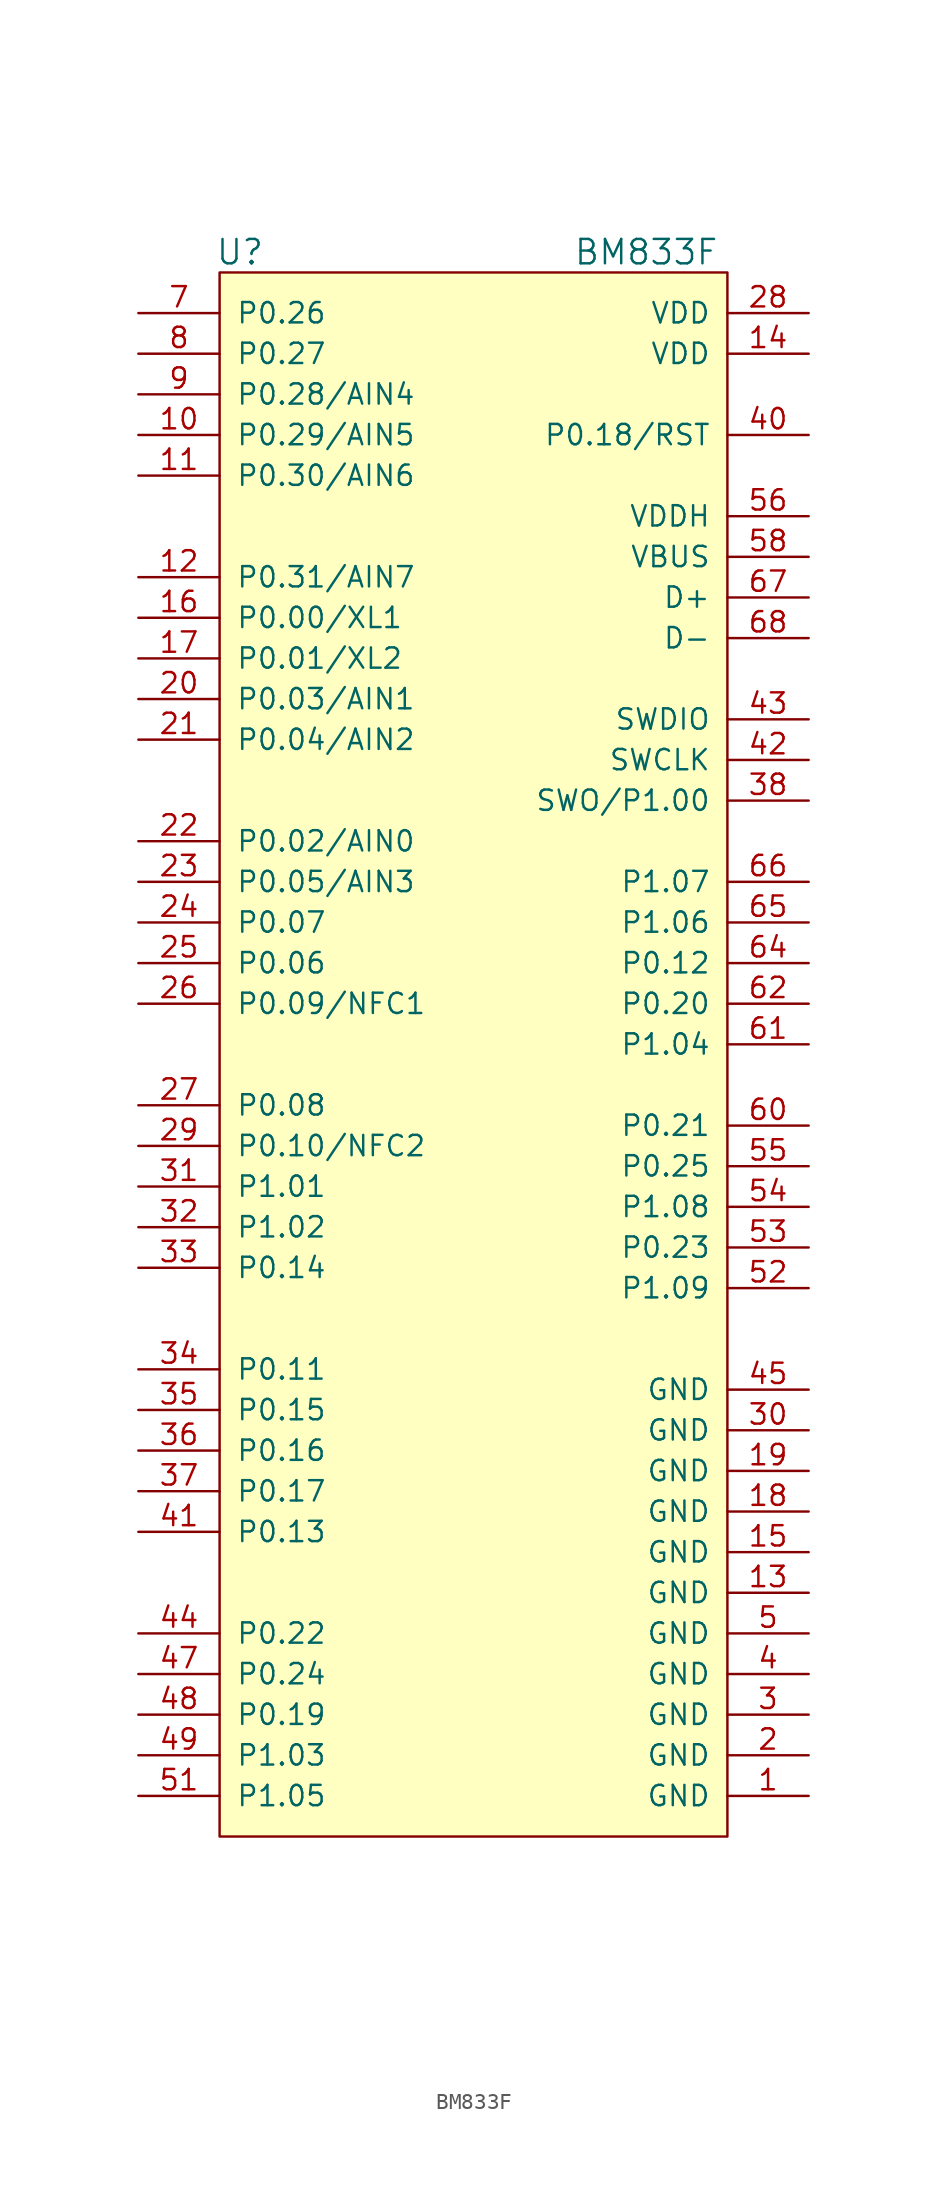
<source format=kicad_sym>
(kicad_symbol_lib
  (version 20211014)
  (generator kicad_symbol_editor)
  (symbol "BM833F"
    (pin_names
      (offset 1.016))
    (property "Reference" "U"
      (at -13.97 58.42 0)
      (effects (font (size 1.524 1.524))))
    (property "Value" "BM833F"
      (at 11.43 58.42 0)
      (effects (font (size 1.524 1.524))))
    (symbol "BM833F_0_1"
      (rectangle (start -15.24 57.15) (end 16.51 -40.64) (stroke (width 0) (type default) (color 0 0 0 0)) (fill (type background))))
    (symbol "BM833F_1_1"
      (pin input line (at 21.59 -38.1 180) (length 5.08) (name "GND" (effects (font (size 1.27 1.27)))) (number "1" (effects (font (size 1.27 1.27)))))
      (pin input line (at -20.32 46.99 0) (length 5.08) (name "P0.29/AIN5" (effects (font (size 1.27 1.27)))) (number "10" (effects (font (size 1.27 1.27)))))
      (pin input line (at -20.32 44.45 0) (length 5.08) (name "P0.30/AIN6" (effects (font (size 1.27 1.27)))) (number "11" (effects (font (size 1.27 1.27)))))
      (pin input line (at -20.32 38.1 0) (length 5.08) (name "P0.31/AIN7" (effects (font (size 1.27 1.27)))) (number "12" (effects (font (size 1.27 1.27)))))
      (pin input line (at 21.59 -25.4 180) (length 5.08) (name "GND" (effects (font (size 1.27 1.27)))) (number "13" (effects (font (size 1.27 1.27)))))
      (pin input line (at 21.59 52.07 180) (length 5.08) (name "VDD" (effects (font (size 1.27 1.27)))) (number "14" (effects (font (size 1.27 1.27)))))
      (pin input line (at 21.59 -22.86 180) (length 5.08) (name "GND" (effects (font (size 1.27 1.27)))) (number "15" (effects (font (size 1.27 1.27)))))
      (pin input line (at -20.32 35.56 0) (length 5.08) (name "P0.00/XL1" (effects (font (size 1.27 1.27)))) (number "16" (effects (font (size 1.27 1.27)))))
      (pin input line (at -20.32 33.02 0) (length 5.08) (name "P0.01/XL2" (effects (font (size 1.27 1.27)))) (number "17" (effects (font (size 1.27 1.27)))))
      (pin input line (at 21.59 -20.32 180) (length 5.08) (name "GND" (effects (font (size 1.27 1.27)))) (number "18" (effects (font (size 1.27 1.27)))))
      (pin input line (at 21.59 -17.78 180) (length 5.08) (name "GND" (effects (font (size 1.27 1.27)))) (number "19" (effects (font (size 1.27 1.27)))))
      (pin input line (at 21.59 -35.56 180) (length 5.08) (name "GND" (effects (font (size 1.27 1.27)))) (number "2" (effects (font (size 1.27 1.27)))))
      (pin input line (at -20.32 30.48 0) (length 5.08) (name "P0.03/AIN1" (effects (font (size 1.27 1.27)))) (number "20" (effects (font (size 1.27 1.27)))))
      (pin input line (at -20.32 27.94 0) (length 5.08) (name "P0.04/AIN2" (effects (font (size 1.27 1.27)))) (number "21" (effects (font (size 1.27 1.27)))))
      (pin input line (at -20.32 21.59 0) (length 5.08) (name "P0.02/AIN0" (effects (font (size 1.27 1.27)))) (number "22" (effects (font (size 1.27 1.27)))))
      (pin input line (at -20.32 19.05 0) (length 5.08) (name "P0.05/AIN3" (effects (font (size 1.27 1.27)))) (number "23" (effects (font (size 1.27 1.27)))))
      (pin input line (at -20.32 16.51 0) (length 5.08) (name "P0.07" (effects (font (size 1.27 1.27)))) (number "24" (effects (font (size 1.27 1.27)))))
      (pin input line (at -20.32 13.97 0) (length 5.08) (name "P0.06" (effects (font (size 1.27 1.27)))) (number "25" (effects (font (size 1.27 1.27)))))
      (pin input line (at -20.32 11.43 0) (length 5.08) (name "P0.09/NFC1" (effects (font (size 1.27 1.27)))) (number "26" (effects (font (size 1.27 1.27)))))
      (pin input line (at -20.32 5.08 0) (length 5.08) (name "P0.08" (effects (font (size 1.27 1.27)))) (number "27" (effects (font (size 1.27 1.27)))))
      (pin input line (at 21.59 54.61 180) (length 5.08) (name "VDD" (effects (font (size 1.27 1.27)))) (number "28" (effects (font (size 1.27 1.27)))))
      (pin input line (at -20.32 2.54 0) (length 5.08) (name "P0.10/NFC2" (effects (font (size 1.27 1.27)))) (number "29" (effects (font (size 1.27 1.27)))))
      (pin input line (at 21.59 -33.02 180) (length 5.08) (name "GND" (effects (font (size 1.27 1.27)))) (number "3" (effects (font (size 1.27 1.27)))))
      (pin input line (at 21.59 -15.24 180) (length 5.08) (name "GND" (effects (font (size 1.27 1.27)))) (number "30" (effects (font (size 1.27 1.27)))))
      (pin input line (at -20.32 0 0) (length 5.08) (name "P1.01" (effects (font (size 1.27 1.27)))) (number "31" (effects (font (size 1.27 1.27)))))
      (pin input line (at -20.32 -2.54 0) (length 5.08) (name "P1.02" (effects (font (size 1.27 1.27)))) (number "32" (effects (font (size 1.27 1.27)))))
      (pin input line (at -20.32 -5.08 0) (length 5.08) (name "P0.14" (effects (font (size 1.27 1.27)))) (number "33" (effects (font (size 1.27 1.27)))))
      (pin input line (at -20.32 -11.43 0) (length 5.08) (name "P0.11" (effects (font (size 1.27 1.27)))) (number "34" (effects (font (size 1.27 1.27)))))
      (pin input line (at -20.32 -13.97 0) (length 5.08) (name "P0.15" (effects (font (size 1.27 1.27)))) (number "35" (effects (font (size 1.27 1.27)))))
      (pin input line (at -20.32 -16.51 0) (length 5.08) (name "P0.16" (effects (font (size 1.27 1.27)))) (number "36" (effects (font (size 1.27 1.27)))))
      (pin input line (at -20.32 -19.05 0) (length 5.08) (name "P0.17" (effects (font (size 1.27 1.27)))) (number "37" (effects (font (size 1.27 1.27)))))
      (pin input line (at 21.59 24.13 180) (length 5.08) (name "SWO/P1.00" (effects (font (size 1.27 1.27)))) (number "38" (effects (font (size 1.27 1.27)))))
      (pin no_connect line (at -5.08 -45.72 90) (length 5.08) hide (name "NC" (effects (font (size 1.27 1.27)))) (number "39" (effects (font (size 1.27 1.27)))))
      (pin input line (at 21.59 -30.48 180) (length 5.08) (name "GND" (effects (font (size 1.27 1.27)))) (number "4" (effects (font (size 1.27 1.27)))))
      (pin input line (at 21.59 46.99 180) (length 5.08) (name "P0.18/RST" (effects (font (size 1.27 1.27)))) (number "40" (effects (font (size 1.27 1.27)))))
      (pin input line (at -20.32 -21.59 0) (length 5.08) (name "P0.13" (effects (font (size 1.27 1.27)))) (number "41" (effects (font (size 1.27 1.27)))))
      (pin input line (at 21.59 26.67 180) (length 5.08) (name "SWCLK" (effects (font (size 1.27 1.27)))) (number "42" (effects (font (size 1.27 1.27)))))
      (pin input line (at 21.59 29.21 180) (length 5.08) (name "SWDIO" (effects (font (size 1.27 1.27)))) (number "43" (effects (font (size 1.27 1.27)))))
      (pin input line (at -20.32 -27.94 0) (length 5.08) (name "P0.22" (effects (font (size 1.27 1.27)))) (number "44" (effects (font (size 1.27 1.27)))))
      (pin input line (at 21.59 -12.7 180) (length 5.08) (name "GND" (effects (font (size 1.27 1.27)))) (number "45" (effects (font (size 1.27 1.27)))))
      (pin no_connect line (at -2.54 -45.72 90) (length 5.08) hide (name "NC" (effects (font (size 1.27 1.27)))) (number "46" (effects (font (size 1.27 1.27)))))
      (pin input line (at -20.32 -30.48 0) (length 5.08) (name "P0.24" (effects (font (size 1.27 1.27)))) (number "47" (effects (font (size 1.27 1.27)))))
      (pin input line (at -20.32 -33.02 0) (length 5.08) (name "P0.19" (effects (font (size 1.27 1.27)))) (number "48" (effects (font (size 1.27 1.27)))))
      (pin input line (at -20.32 -35.56 0) (length 5.08) (name "P1.03" (effects (font (size 1.27 1.27)))) (number "49" (effects (font (size 1.27 1.27)))))
      (pin input line (at 21.59 -27.94 180) (length 5.08) (name "GND" (effects (font (size 1.27 1.27)))) (number "5" (effects (font (size 1.27 1.27)))))
      (pin no_connect line (at 0 -45.72 90) (length 5.08) hide (name "NC" (effects (font (size 1.27 1.27)))) (number "50" (effects (font (size 1.27 1.27)))))
      (pin input line (at -20.32 -38.1 0) (length 5.08) (name "P1.05" (effects (font (size 1.27 1.27)))) (number "51" (effects (font (size 1.27 1.27)))))
      (pin input line (at 21.59 -6.35 180) (length 5.08) (name "P1.09" (effects (font (size 1.27 1.27)))) (number "52" (effects (font (size 1.27 1.27)))))
      (pin input line (at 21.59 -3.81 180) (length 5.08) (name "P0.23" (effects (font (size 1.27 1.27)))) (number "53" (effects (font (size 1.27 1.27)))))
      (pin input line (at 21.59 -1.27 180) (length 5.08) (name "P1.08" (effects (font (size 1.27 1.27)))) (number "54" (effects (font (size 1.27 1.27)))))
      (pin input line (at 21.59 1.27 180) (length 5.08) (name "P0.25" (effects (font (size 1.27 1.27)))) (number "55" (effects (font (size 1.27 1.27)))))
      (pin input line (at 21.59 41.91 180) (length 5.08) (name "VDDH" (effects (font (size 1.27 1.27)))) (number "56" (effects (font (size 1.27 1.27)))))
      (pin no_connect line (at 2.54 -45.72 90) (length 5.08) hide (name "NC" (effects (font (size 1.27 1.27)))) (number "57" (effects (font (size 1.27 1.27)))))
      (pin input line (at 21.59 39.37 180) (length 5.08) (name "VBUS" (effects (font (size 1.27 1.27)))) (number "58" (effects (font (size 1.27 1.27)))))
      (pin no_connect line (at 5.08 -45.72 90) (length 5.08) hide (name "NC" (effects (font (size 1.27 1.27)))) (number "59" (effects (font (size 1.27 1.27)))))
      (pin no_connect line (at -7.62 -45.72 90) (length 5.08) hide (name "NC" (effects (font (size 1.27 1.27)))) (number "6" (effects (font (size 1.27 1.27)))))
      (pin input line (at 21.59 3.81 180) (length 5.08) (name "P0.21" (effects (font (size 1.27 1.27)))) (number "60" (effects (font (size 1.27 1.27)))))
      (pin input line (at 21.59 8.89 180) (length 5.08) (name "P1.04" (effects (font (size 1.27 1.27)))) (number "61" (effects (font (size 1.27 1.27)))))
      (pin input line (at 21.59 11.43 180) (length 5.08) (name "P0.20" (effects (font (size 1.27 1.27)))) (number "62" (effects (font (size 1.27 1.27)))))
      (pin no_connect line (at 7.62 -45.72 90) (length 5.08) hide (name "NC" (effects (font (size 1.27 1.27)))) (number "63" (effects (font (size 1.27 1.27)))))
      (pin input line (at 21.59 13.97 180) (length 5.08) (name "P0.12" (effects (font (size 1.27 1.27)))) (number "64" (effects (font (size 1.27 1.27)))))
      (pin input line (at 21.59 16.51 180) (length 5.08) (name "P1.06" (effects (font (size 1.27 1.27)))) (number "65" (effects (font (size 1.27 1.27)))))
      (pin input line (at 21.59 19.05 180) (length 5.08) (name "P1.07" (effects (font (size 1.27 1.27)))) (number "66" (effects (font (size 1.27 1.27)))))
      (pin input line (at 21.59 36.83 180) (length 5.08) (name "D+" (effects (font (size 1.27 1.27)))) (number "67" (effects (font (size 1.27 1.27)))))
      (pin input line (at 21.59 34.29 180) (length 5.08) (name "D-" (effects (font (size 1.27 1.27)))) (number "68" (effects (font (size 1.27 1.27)))))
      (pin input line (at -20.32 54.61 0) (length 5.08) (name "P0.26" (effects (font (size 1.27 1.27)))) (number "7" (effects (font (size 1.27 1.27)))))
      (pin input line (at -20.32 52.07 0) (length 5.08) (name "P0.27" (effects (font (size 1.27 1.27)))) (number "8" (effects (font (size 1.27 1.27)))))
      (pin input line (at -20.32 49.53 0) (length 5.08) (name "P0.28/AIN4" (effects (font (size 1.27 1.27)))) (number "9" (effects (font (size 1.27 1.27))))))))
</source>
